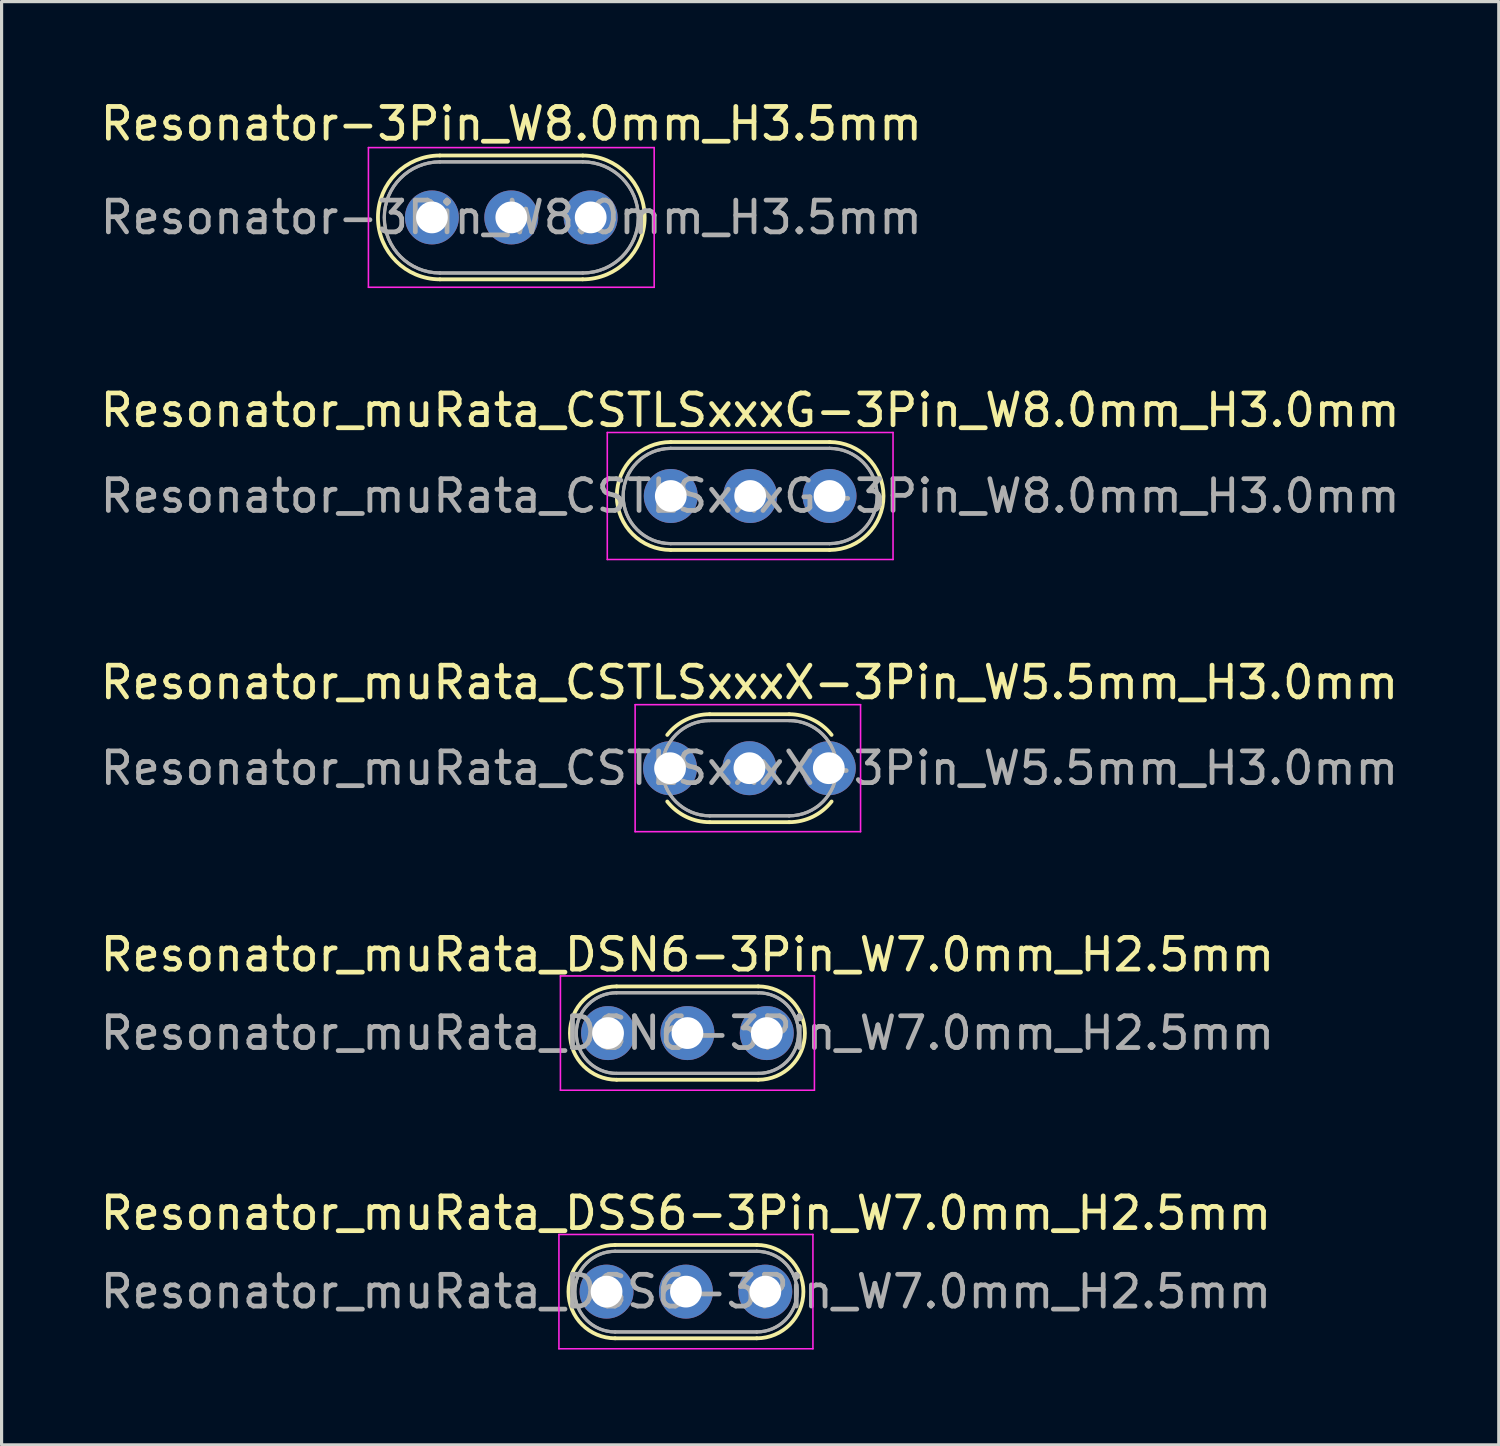
<source format=kicad_pcb>
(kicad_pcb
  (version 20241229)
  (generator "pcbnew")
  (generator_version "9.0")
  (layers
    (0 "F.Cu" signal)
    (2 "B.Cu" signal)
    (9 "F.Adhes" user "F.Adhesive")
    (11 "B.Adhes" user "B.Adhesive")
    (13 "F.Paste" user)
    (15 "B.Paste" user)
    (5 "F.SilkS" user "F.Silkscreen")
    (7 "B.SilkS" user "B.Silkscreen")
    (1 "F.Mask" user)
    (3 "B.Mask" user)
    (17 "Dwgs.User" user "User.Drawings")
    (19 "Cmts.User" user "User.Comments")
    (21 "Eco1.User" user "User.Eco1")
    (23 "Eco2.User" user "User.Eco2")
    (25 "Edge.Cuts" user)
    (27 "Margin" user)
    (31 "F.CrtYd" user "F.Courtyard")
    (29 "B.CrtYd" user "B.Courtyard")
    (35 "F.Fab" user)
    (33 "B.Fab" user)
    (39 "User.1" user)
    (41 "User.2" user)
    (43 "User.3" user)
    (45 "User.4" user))
  (footprint "Resonator_muRata_DSN6-3Pin_W7.0mm_H2.5mm"
    (layer "F.Cu")
    (at 16.101 29.488)
    (property "Reference" "Resonator_muRata_DSN6-3Pin_W7.0mm_H2.5mm" (at 2.5 -2.47 0) (layer "F.SilkS") (effects (font (size 1 1) (thickness 0.15))))
    (attr through_hole)
    (fp_line (start 0.27 -1.47) (end 4.73 -1.47) (stroke (width 0.12) (type solid)) (layer "F.SilkS"))
    (fp_line (start 0.27 1.47) (end 4.73 1.47) (stroke (width 0.12) (type solid)) (layer "F.SilkS"))
    (fp_arc (start 0.27 1.47) (mid -1.2 0) (end 0.27 -1.47) (stroke (width 0.12) (type solid)) (layer "F.SilkS"))
    (fp_arc (start 4.73 -1.47) (mid 6.2 0) (end 4.73 1.47) (stroke (width 0.12) (type solid)) (layer "F.SilkS"))
    (fp_line (start -1.5 -1.8) (end -1.5 1.8) (stroke (width 0.05) (type solid)) (layer "F.CrtYd"))
    (fp_line (start -1.5 1.8) (end 6.5 1.8) (stroke (width 0.05) (type solid)) (layer "F.CrtYd"))
    (fp_line (start 6.5 -1.8) (end -1.5 -1.8) (stroke (width 0.05) (type solid)) (layer "F.CrtYd"))
    (fp_line (start 6.5 1.8) (end 6.5 -1.8) (stroke (width 0.05) (type solid)) (layer "F.CrtYd"))
    (fp_line (start 0.27 -1.27) (end 4.73 -1.27) (stroke (width 0.1) (type solid)) (layer "F.Fab"))
    (fp_line (start 0.27 -1.27) (end 4.73 -1.27) (stroke (width 0.1) (type solid)) (layer "F.Fab"))
    (fp_line (start 0.27 1.27) (end 4.73 1.27) (stroke (width 0.1) (type solid)) (layer "F.Fab"))
    (fp_line (start 0.27 1.27) (end 4.73 1.27) (stroke (width 0.1) (type solid)) (layer "F.Fab"))
    (fp_arc (start 0.27 1.27) (mid -1 0) (end 0.27 -1.27) (stroke (width 0.1) (type solid)) (layer "F.Fab"))
    (fp_arc (start 0.27 1.27) (mid -1 0) (end 0.27 -1.27) (stroke (width 0.1) (type solid)) (layer "F.Fab"))
    (fp_arc (start 4.73 -1.27) (mid 6 0) (end 4.73 1.27) (stroke (width 0.1) (type solid)) (layer "F.Fab"))
    (fp_arc (start 4.73 -1.27) (mid 6 0) (end 4.73 1.27) (stroke (width 0.1) (type solid)) (layer "F.Fab"))
    (fp_text user "${REFERENCE}" (at 2.5 0 0) (layer "F.Fab") (effects (font (size 1 1) (thickness 0.15))))
    (pad "1" thru_hole circle (at 0 0) (size 1.7 1.7) (drill 1) (layers "*.Cu" "*.Mask"))
    (pad "2" thru_hole circle (at 2.5 0) (size 1.7 1.7) (drill 1) (layers "*.Cu" "*.Mask"))
    (pad "3" thru_hole circle (at 5 0) (size 1.7 1.7) (drill 1) (layers "*.Cu" "*.Mask")))
  (footprint "Resonator_muRata_CSTLSxxxG-3Pin_W8.0mm_H3.0mm"
    (layer "F.Cu")
    (at 18.077 12.572)
    (property "Reference" "Resonator_muRata_CSTLSxxxG-3Pin_W8.0mm_H3.0mm" (at 2.5 -2.7 0) (layer "F.SilkS") (effects (font (size 1 1) (thickness 0.15))))
    (attr through_hole)
    (fp_line (start 0 -1.7) (end 5 -1.7) (stroke (width 0.12) (type solid)) (layer "F.SilkS"))
    (fp_line (start 0 1.7) (end 5 1.7) (stroke (width 0.12) (type solid)) (layer "F.SilkS"))
    (fp_arc (start 0 1.7) (mid -1.7 0) (end 0 -1.7) (stroke (width 0.12) (type solid)) (layer "F.SilkS"))
    (fp_arc (start 5 -1.7) (mid 6.7 0) (end 5 1.7) (stroke (width 0.12) (type solid)) (layer "F.SilkS"))
    (fp_line (start -2 -2) (end -2 2) (stroke (width 0.05) (type solid)) (layer "F.CrtYd"))
    (fp_line (start -2 2) (end 7 2) (stroke (width 0.05) (type solid)) (layer "F.CrtYd"))
    (fp_line (start 7 -2) (end -2 -2) (stroke (width 0.05) (type solid)) (layer "F.CrtYd"))
    (fp_line (start 7 2) (end 7 -2) (stroke (width 0.05) (type solid)) (layer "F.CrtYd"))
    (fp_line (start 0 -1.5) (end 5 -1.5) (stroke (width 0.1) (type solid)) (layer "F.Fab"))
    (fp_line (start 0 -1.5) (end 5 -1.5) (stroke (width 0.1) (type solid)) (layer "F.Fab"))
    (fp_line (start 0 1.5) (end 5 1.5) (stroke (width 0.1) (type solid)) (layer "F.Fab"))
    (fp_line (start 0 1.5) (end 5 1.5) (stroke (width 0.1) (type solid)) (layer "F.Fab"))
    (fp_arc (start 0 1.5) (mid -1.5 0) (end 0 -1.5) (stroke (width 0.1) (type solid)) (layer "F.Fab"))
    (fp_arc (start 0 1.5) (mid -1.5 0) (end 0 -1.5) (stroke (width 0.1) (type solid)) (layer "F.Fab"))
    (fp_arc (start 5 -1.5) (mid 6.5 0) (end 5 1.5) (stroke (width 0.1) (type solid)) (layer "F.Fab"))
    (fp_arc (start 5 -1.5) (mid 6.5 0) (end 5 1.5) (stroke (width 0.1) (type solid)) (layer "F.Fab"))
    (fp_text user "${REFERENCE}" (at 2.5 0 0) (layer "F.Fab") (effects (font (size 1 1) (thickness 0.15))))
    (pad "1" thru_hole circle (at 0 0) (size 1.7 1.7) (drill 1) (layers "*.Cu" "*.Mask"))
    (pad "2" thru_hole circle (at 2.5 0) (size 1.7 1.7) (drill 1) (layers "*.Cu" "*.Mask"))
    (pad "3" thru_hole circle (at 5 0) (size 1.7 1.7) (drill 1) (layers "*.Cu" "*.Mask")))
  (footprint "Resonator_muRata_DSS6-3Pin_W7.0mm_H2.5mm"
    (layer "F.Cu")
    (at 16.054 37.631)
    (property "Reference" "Resonator_muRata_DSS6-3Pin_W7.0mm_H2.5mm" (at 2.5 -2.47 0) (layer "F.SilkS") (effects (font (size 1 1) (thickness 0.15))))
    (attr through_hole)
    (fp_line (start 0.27 -1.47) (end 4.73 -1.47) (stroke (width 0.12) (type solid)) (layer "F.SilkS"))
    (fp_line (start 0.27 1.47) (end 4.73 1.47) (stroke (width 0.12) (type solid)) (layer "F.SilkS"))
    (fp_arc (start 0.27 1.47) (mid -1.2 0) (end 0.27 -1.47) (stroke (width 0.12) (type solid)) (layer "F.SilkS"))
    (fp_arc (start 4.73 -1.47) (mid 6.2 0) (end 4.73 1.47) (stroke (width 0.12) (type solid)) (layer "F.SilkS"))
    (fp_line (start -1.5 -1.8) (end -1.5 1.8) (stroke (width 0.05) (type solid)) (layer "F.CrtYd"))
    (fp_line (start -1.5 1.8) (end 6.5 1.8) (stroke (width 0.05) (type solid)) (layer "F.CrtYd"))
    (fp_line (start 6.5 -1.8) (end -1.5 -1.8) (stroke (width 0.05) (type solid)) (layer "F.CrtYd"))
    (fp_line (start 6.5 1.8) (end 6.5 -1.8) (stroke (width 0.05) (type solid)) (layer "F.CrtYd"))
    (fp_line (start 0.27 -1.27) (end 4.73 -1.27) (stroke (width 0.1) (type solid)) (layer "F.Fab"))
    (fp_line (start 0.27 -1.27) (end 4.73 -1.27) (stroke (width 0.1) (type solid)) (layer "F.Fab"))
    (fp_line (start 0.27 1.27) (end 4.73 1.27) (stroke (width 0.1) (type solid)) (layer "F.Fab"))
    (fp_line (start 0.27 1.27) (end 4.73 1.27) (stroke (width 0.1) (type solid)) (layer "F.Fab"))
    (fp_arc (start 0.27 1.27) (mid -1 0) (end 0.27 -1.27) (stroke (width 0.1) (type solid)) (layer "F.Fab"))
    (fp_arc (start 0.27 1.27) (mid -1 0) (end 0.27 -1.27) (stroke (width 0.1) (type solid)) (layer "F.Fab"))
    (fp_arc (start 4.73 -1.27) (mid 6 0) (end 4.73 1.27) (stroke (width 0.1) (type solid)) (layer "F.Fab"))
    (fp_arc (start 4.73 -1.27) (mid 6 0) (end 4.73 1.27) (stroke (width 0.1) (type solid)) (layer "F.Fab"))
    (fp_text user "${REFERENCE}" (at 2.5 0 0) (layer "F.Fab") (effects (font (size 1 1) (thickness 0.15))))
    (pad "1" thru_hole circle (at 0 0) (size 1.7 1.7) (drill 1) (layers "*.Cu" "*.Mask"))
    (pad "2" thru_hole circle (at 2.5 0) (size 1.7 1.7) (drill 1) (layers "*.Cu" "*.Mask"))
    (pad "3" thru_hole circle (at 5 0) (size 1.7 1.7) (drill 1) (layers "*.Cu" "*.Mask")))
  (footprint "Resonator-3Pin_W8.0mm_H3.5mm"
    (layer "F.Cu")
    (at 10.554 3.798)
    (property "Reference" "Resonator-3Pin_W8.0mm_H3.5mm" (at 2.5 -2.95 0) (layer "F.SilkS") (effects (font (size 1 1) (thickness 0.15))))
    (attr through_hole)
    (fp_line (start 0.25 -1.95) (end 4.75 -1.95) (stroke (width 0.12) (type solid)) (layer "F.SilkS"))
    (fp_line (start 0.25 1.95) (end 4.75 1.95) (stroke (width 0.12) (type solid)) (layer "F.SilkS"))
    (fp_arc (start 0.25 1.95) (mid -1.7 0) (end 0.25 -1.95) (stroke (width 0.12) (type solid)) (layer "F.SilkS"))
    (fp_arc (start 4.75 -1.95) (mid 6.7 0) (end 4.75 1.95) (stroke (width 0.12) (type solid)) (layer "F.SilkS"))
    (fp_line (start -2 -2.2) (end -2 2.2) (stroke (width 0.05) (type solid)) (layer "F.CrtYd"))
    (fp_line (start -2 2.2) (end 7 2.2) (stroke (width 0.05) (type solid)) (layer "F.CrtYd"))
    (fp_line (start 7 -2.2) (end -2 -2.2) (stroke (width 0.05) (type solid)) (layer "F.CrtYd"))
    (fp_line (start 7 2.2) (end 7 -2.2) (stroke (width 0.05) (type solid)) (layer "F.CrtYd"))
    (fp_line (start 0.25 -1.75) (end 4.75 -1.75) (stroke (width 0.1) (type solid)) (layer "F.Fab"))
    (fp_line (start 0.25 -1.75) (end 4.75 -1.75) (stroke (width 0.1) (type solid)) (layer "F.Fab"))
    (fp_line (start 0.25 1.75) (end 4.75 1.75) (stroke (width 0.1) (type solid)) (layer "F.Fab"))
    (fp_line (start 0.25 1.75) (end 4.75 1.75) (stroke (width 0.1) (type solid)) (layer "F.Fab"))
    (fp_arc (start 0.25 1.75) (mid -1.5 0) (end 0.25 -1.75) (stroke (width 0.1) (type solid)) (layer "F.Fab"))
    (fp_arc (start 0.25 1.75) (mid -1.5 0) (end 0.25 -1.75) (stroke (width 0.1) (type solid)) (layer "F.Fab"))
    (fp_arc (start 4.75 -1.75) (mid 6.5 0) (end 4.75 1.75) (stroke (width 0.1) (type solid)) (layer "F.Fab"))
    (fp_arc (start 4.75 -1.75) (mid 6.5 0) (end 4.75 1.75) (stroke (width 0.1) (type solid)) (layer "F.Fab"))
    (fp_text user "${REFERENCE}" (at 2.5 0 0) (layer "F.Fab") (effects (font (size 1 1) (thickness 0.15))))
    (pad "1" thru_hole circle (at 0 0) (size 1.7 1.7) (drill 1) (layers "*.Cu" "*.Mask"))
    (pad "2" thru_hole circle (at 2.5 0) (size 1.7 1.7) (drill 1) (layers "*.Cu" "*.Mask"))
    (pad "3" thru_hole circle (at 5 0) (size 1.7 1.7) (drill 1) (layers "*.Cu" "*.Mask")))
  (footprint "Resonator_muRata_CSTLSxxxX-3Pin_W5.5mm_H3.0mm"
    (layer "F.Cu")
    (at 18.054 21.145)
    (property "Reference" "Resonator_muRata_CSTLSxxxX-3Pin_W5.5mm_H3.0mm" (at 2.5 -2.7 0) (layer "F.SilkS") (effects (font (size 1 1) (thickness 0.15))))
    (attr through_hole)
    (fp_line (start 1.25 -1.7) (end 3.75 -1.7) (stroke (width 0.12) (type solid)) (layer "F.SilkS"))
    (fp_line (start 1.25 1.7) (end 3.75 1.7) (stroke (width 0.12) (type solid)) (layer "F.SilkS"))
    (fp_arc (start -0.08779 -1.048961) (mid 0.506102 -1.5286) (end 1.25 -1.7) (stroke (width 0.12) (type solid)) (layer "F.SilkS"))
    (fp_arc (start 1.25 1.7) (mid 0.506103 1.5286) (end -0.08779 1.048961) (stroke (width 0.12) (type solid)) (layer "F.SilkS"))
    (fp_arc (start 3.75 -1.7) (mid 4.493897 -1.5286) (end 5.08779 -1.048961) (stroke (width 0.12) (type solid)) (layer "F.SilkS"))
    (fp_arc (start 5.08779 1.048961) (mid 4.493898 1.5286) (end 3.75 1.7) (stroke (width 0.12) (type solid)) (layer "F.SilkS"))
    (fp_line (start -1.1 -2) (end -1.1 2) (stroke (width 0.05) (type solid)) (layer "F.CrtYd"))
    (fp_line (start -1.1 2) (end 6 2) (stroke (width 0.05) (type solid)) (layer "F.CrtYd"))
    (fp_line (start 6 -2) (end -1.1 -2) (stroke (width 0.05) (type solid)) (layer "F.CrtYd"))
    (fp_line (start 6 2) (end 6 -2) (stroke (width 0.05) (type solid)) (layer "F.CrtYd"))
    (fp_line (start 1.25 -1.5) (end 3.75 -1.5) (stroke (width 0.1) (type solid)) (layer "F.Fab"))
    (fp_line (start 1.25 -1.5) (end 3.75 -1.5) (stroke (width 0.1) (type solid)) (layer "F.Fab"))
    (fp_line (start 1.25 1.5) (end 3.75 1.5) (stroke (width 0.1) (type solid)) (layer "F.Fab"))
    (fp_line (start 1.25 1.5) (end 3.75 1.5) (stroke (width 0.1) (type solid)) (layer "F.Fab"))
    (fp_arc (start 1.25 1.5) (mid -0.25 0) (end 1.25 -1.5) (stroke (width 0.1) (type solid)) (layer "F.Fab"))
    (fp_arc (start 1.25 1.5) (mid -0.25 0) (end 1.25 -1.5) (stroke (width 0.1) (type solid)) (layer "F.Fab"))
    (fp_arc (start 3.75 -1.5) (mid 5.25 0) (end 3.75 1.5) (stroke (width 0.1) (type solid)) (layer "F.Fab"))
    (fp_arc (start 3.75 -1.5) (mid 5.25 0) (end 3.75 1.5) (stroke (width 0.1) (type solid)) (layer "F.Fab"))
    (fp_text user "${REFERENCE}" (at 2.5 0 0) (layer "F.Fab") (effects (font (size 1 1) (thickness 0.15))))
    (pad "1" thru_hole circle (at 0 0) (size 1.7 1.7) (drill 1) (layers "*.Cu" "*.Mask"))
    (pad "2" thru_hole circle (at 2.5 0) (size 1.7 1.7) (drill 1) (layers "*.Cu" "*.Mask"))
    (pad "3" thru_hole circle (at 5 0) (size 1.7 1.7) (drill 1) (layers "*.Cu" "*.Mask")))
  (gr_rect
    (start -3 -3)
    (end 44.155 42.456)
    (stroke (width 0.1) (type default))
    (fill no)
    (layer "Edge.Cuts")))
</source>
